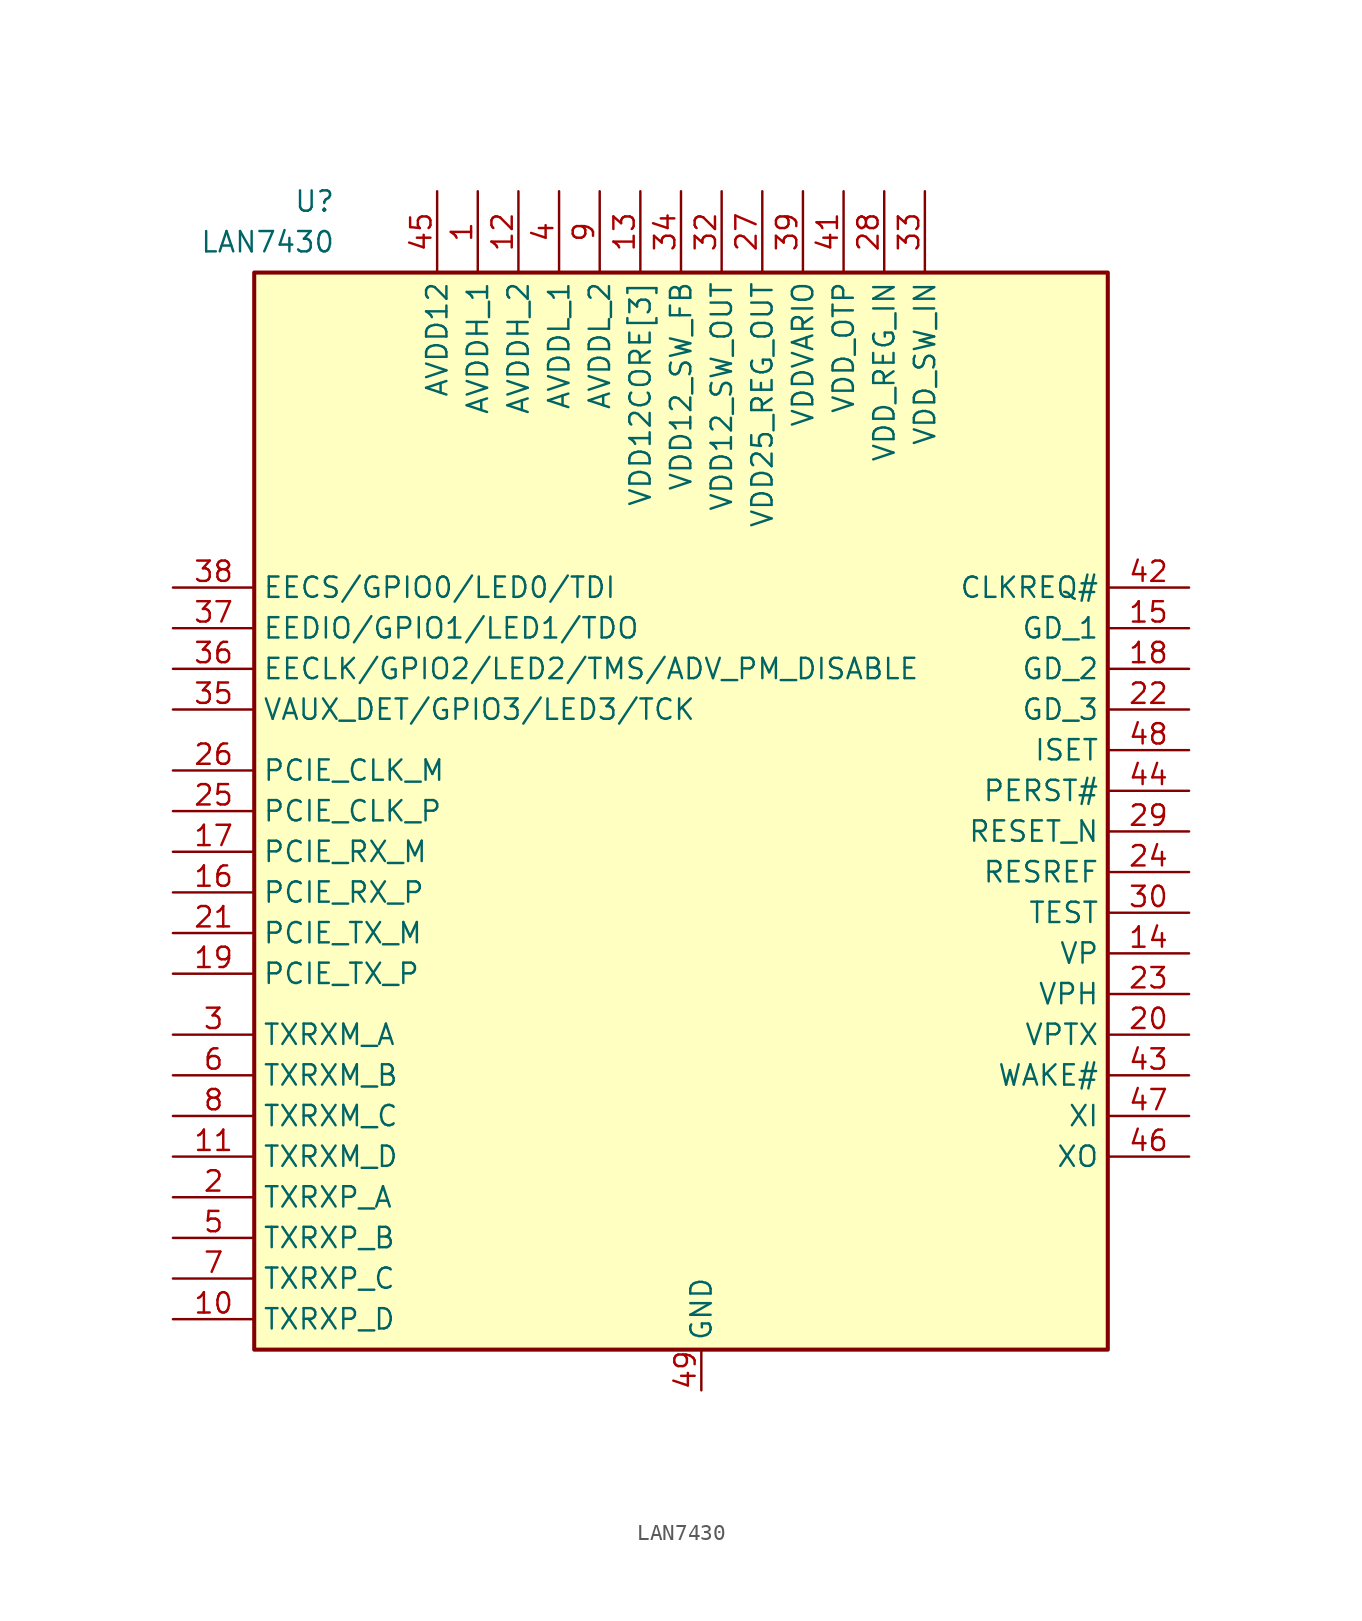
<source format=kicad_sym>
(kicad_symbol_lib
  (version 20211014)
  (generator kicad_symbol_editor)
  (symbol "﻿LAN7430"
    (property "Reference" "U"
      (at 36.83 24.765 0)
      (effects (font (size 1.27 1.27)) (justify right)))
    (property "Value" "﻿LAN7430"
      (at 36.83 22.225 0)
      (effects (font (size 1.27 1.27)) (justify right)))
    (property "ki_locked" ""
      (at 0 0 0)
      (effects (font (size 1.27 1.27))))
    (symbol "﻿LAN7430_0_0"
      (pin power_in line (at 59.69 -49.53 90) (length 2.54) (name "GND" (effects (font (size 1.27 1.27)))) (number "49" (effects (font (size 1.27 1.27))))))
    (symbol "﻿LAN7430_1_1"
      (rectangle (start 31.75 20.32) (end 85.09 -46.99) (stroke (width 0.254) (type default) (color 0 0 0 0)) (fill (type background)))
      (pin power_in line (at 45.72 25.4 270) (length 5.08) (name "AVDDH_1" (effects (font (size 1.27 1.27)))) (number "1" (effects (font (size 1.27 1.27)))))
      (pin bidirectional line (at 26.67 -45.085 0) (length 5.08) (name "TXRXP_D" (effects (font (size 1.27 1.27)))) (number "10" (effects (font (size 1.27 1.27)))))
      (pin bidirectional line (at 26.67 -34.925 0) (length 5.08) (name "TXRXM_D" (effects (font (size 1.27 1.27)))) (number "11" (effects (font (size 1.27 1.27)))))
      (pin power_in line (at 48.26 25.4 270) (length 5.08) (name "AVDDH_2" (effects (font (size 1.27 1.27)))) (number "12" (effects (font (size 1.27 1.27)))))
      (pin power_in line (at 55.88 25.4 270) (length 5.08) (name "VDD12CORE[3]" (effects (font (size 1.27 1.27)))) (number "13" (effects (font (size 1.27 1.27)))))
      (pin bidirectional line (at 90.17 -22.225 180) (length 5.08) (name "VP" (effects (font (size 1.27 1.27)))) (number "14" (effects (font (size 1.27 1.27)))))
      (pin bidirectional line (at 90.17 -1.905 180) (length 5.08) (name "GD_1" (effects (font (size 1.27 1.27)))) (number "15" (effects (font (size 1.27 1.27)))))
      (pin bidirectional line (at 26.67 -18.415 0) (length 5.08) (name "PCIE_RX_P" (effects (font (size 1.27 1.27)))) (number "16" (effects (font (size 1.27 1.27)))))
      (pin bidirectional line (at 26.67 -15.875 0) (length 5.08) (name "PCIE_RX_M" (effects (font (size 1.27 1.27)))) (number "17" (effects (font (size 1.27 1.27)))))
      (pin bidirectional line (at 90.17 -4.445 180) (length 5.08) (name "GD_2" (effects (font (size 1.27 1.27)))) (number "18" (effects (font (size 1.27 1.27)))))
      (pin bidirectional line (at 26.67 -23.495 0) (length 5.08) (name "PCIE_TX_P" (effects (font (size 1.27 1.27)))) (number "19" (effects (font (size 1.27 1.27)))))
      (pin bidirectional line (at 26.67 -37.465 0) (length 5.08) (name "TXRXP_A" (effects (font (size 1.27 1.27)))) (number "2" (effects (font (size 1.27 1.27)))))
      (pin bidirectional line (at 90.17 -27.305 180) (length 5.08) (name "VPTX" (effects (font (size 1.27 1.27)))) (number "20" (effects (font (size 1.27 1.27)))))
      (pin bidirectional line (at 26.67 -20.955 0) (length 5.08) (name "PCIE_TX_M" (effects (font (size 1.27 1.27)))) (number "21" (effects (font (size 1.27 1.27)))))
      (pin bidirectional line (at 90.17 -6.985 180) (length 5.08) (name "GD_3" (effects (font (size 1.27 1.27)))) (number "22" (effects (font (size 1.27 1.27)))))
      (pin bidirectional line (at 90.17 -24.765 180) (length 5.08) (name "VPH" (effects (font (size 1.27 1.27)))) (number "23" (effects (font (size 1.27 1.27)))))
      (pin bidirectional line (at 90.17 -17.145 180) (length 5.08) (name "RESREF" (effects (font (size 1.27 1.27)))) (number "24" (effects (font (size 1.27 1.27)))))
      (pin bidirectional line (at 26.67 -13.335 0) (length 5.08) (name "PCIE_CLK_P" (effects (font (size 1.27 1.27)))) (number "25" (effects (font (size 1.27 1.27)))))
      (pin bidirectional line (at 26.67 -10.795 0) (length 5.08) (name "PCIE_CLK_M" (effects (font (size 1.27 1.27)))) (number "26" (effects (font (size 1.27 1.27)))))
      (pin power_in line (at 63.5 25.4 270) (length 5.08) (name "VDD25_REG_OUT" (effects (font (size 1.27 1.27)))) (number "27" (effects (font (size 1.27 1.27)))))
      (pin power_in line (at 71.12 25.4 270) (length 5.08) (name "VDD_REG_IN" (effects (font (size 1.27 1.27)))) (number "28" (effects (font (size 1.27 1.27)))))
      (pin bidirectional line (at 90.17 -14.605 180) (length 5.08) (name "RESET_N" (effects (font (size 1.27 1.27)))) (number "29" (effects (font (size 1.27 1.27)))))
      (pin bidirectional line (at 26.67 -27.305 0) (length 5.08) (name "TXRXM_A" (effects (font (size 1.27 1.27)))) (number "3" (effects (font (size 1.27 1.27)))))
      (pin bidirectional line (at 90.17 -19.685 180) (length 5.08) (name "TEST" (effects (font (size 1.27 1.27)))) (number "30" (effects (font (size 1.27 1.27)))))
      (pin passive line (at 55.88 25.4 270) (length 5.08) hide (name "VDD12CORE[3]" (effects (font (size 1.27 1.27)))) (number "31" (effects (font (size 1.27 1.27)))))
      (pin power_in line (at 60.96 25.4 270) (length 5.08) (name "VDD12_SW_OUT" (effects (font (size 1.27 1.27)))) (number "32" (effects (font (size 1.27 1.27)))))
      (pin power_in line (at 73.66 25.4 270) (length 5.08) (name "VDD_SW_IN" (effects (font (size 1.27 1.27)))) (number "33" (effects (font (size 1.27 1.27)))))
      (pin power_in line (at 58.42 25.4 270) (length 5.08) (name "VDD12_SW_FB" (effects (font (size 1.27 1.27)))) (number "34" (effects (font (size 1.27 1.27)))))
      (pin bidirectional line (at 26.67 -6.985 0) (length 5.08) (name "VAUX_DET/GPIO3/LED3/TCK" (effects (font (size 1.27 1.27)))) (number "35" (effects (font (size 1.27 1.27)))))
      (pin bidirectional line (at 26.67 -4.445 0) (length 5.08) (name "EECLK/GPIO2/LED2/TMS/ADV_PM_DISABLE" (effects (font (size 1.27 1.27)))) (number "36" (effects (font (size 1.27 1.27)))))
      (pin bidirectional line (at 26.67 -1.905 0) (length 5.08) (name "EEDIO/GPIO1/LED1/TDO" (effects (font (size 1.27 1.27)))) (number "37" (effects (font (size 1.27 1.27)))))
      (pin bidirectional line (at 26.67 0.635 0) (length 5.08) (name "EECS/GPIO0/LED0/TDI" (effects (font (size 1.27 1.27)))) (number "38" (effects (font (size 1.27 1.27)))))
      (pin power_in line (at 66.04 25.4 270) (length 5.08) (name "VDDVARIO" (effects (font (size 1.27 1.27)))) (number "39" (effects (font (size 1.27 1.27)))))
      (pin power_in line (at 50.8 25.4 270) (length 5.08) (name "AVDDL_1" (effects (font (size 1.27 1.27)))) (number "4" (effects (font (size 1.27 1.27)))))
      (pin passive line (at 55.88 25.4 270) (length 5.08) hide (name "VDD12CORE[3]" (effects (font (size 1.27 1.27)))) (number "40" (effects (font (size 1.27 1.27)))))
      (pin power_in line (at 68.58 25.4 270) (length 5.08) (name "VDD_OTP" (effects (font (size 1.27 1.27)))) (number "41" (effects (font (size 1.27 1.27)))))
      (pin bidirectional line (at 90.17 0.635 180) (length 5.08) (name "CLKREQ#" (effects (font (size 1.27 1.27)))) (number "42" (effects (font (size 1.27 1.27)))))
      (pin bidirectional line (at 90.17 -29.845 180) (length 5.08) (name "WAKE#" (effects (font (size 1.27 1.27)))) (number "43" (effects (font (size 1.27 1.27)))))
      (pin bidirectional line (at 90.17 -12.065 180) (length 5.08) (name "PERST#" (effects (font (size 1.27 1.27)))) (number "44" (effects (font (size 1.27 1.27)))))
      (pin power_in line (at 43.18 25.4 270) (length 5.08) (name "AVDD12" (effects (font (size 1.27 1.27)))) (number "45" (effects (font (size 1.27 1.27)))))
      (pin bidirectional line (at 90.17 -34.925 180) (length 5.08) (name "XO" (effects (font (size 1.27 1.27)))) (number "46" (effects (font (size 1.27 1.27)))))
      (pin bidirectional line (at 90.17 -32.385 180) (length 5.08) (name "XI" (effects (font (size 1.27 1.27)))) (number "47" (effects (font (size 1.27 1.27)))))
      (pin bidirectional line (at 90.17 -9.525 180) (length 5.08) (name "ISET" (effects (font (size 1.27 1.27)))) (number "48" (effects (font (size 1.27 1.27)))))
      (pin bidirectional line (at 26.67 -40.005 0) (length 5.08) (name "TXRXP_B" (effects (font (size 1.27 1.27)))) (number "5" (effects (font (size 1.27 1.27)))))
      (pin bidirectional line (at 26.67 -29.845 0) (length 5.08) (name "TXRXM_B" (effects (font (size 1.27 1.27)))) (number "6" (effects (font (size 1.27 1.27)))))
      (pin bidirectional line (at 26.67 -42.545 0) (length 5.08) (name "TXRXP_C" (effects (font (size 1.27 1.27)))) (number "7" (effects (font (size 1.27 1.27)))))
      (pin bidirectional line (at 26.67 -32.385 0) (length 5.08) (name "TXRXM_C" (effects (font (size 1.27 1.27)))) (number "8" (effects (font (size 1.27 1.27)))))
      (pin power_in line (at 53.34 25.4 270) (length 5.08) (name "AVDDL_2" (effects (font (size 1.27 1.27)))) (number "9" (effects (font (size 1.27 1.27))))))))
</source>
